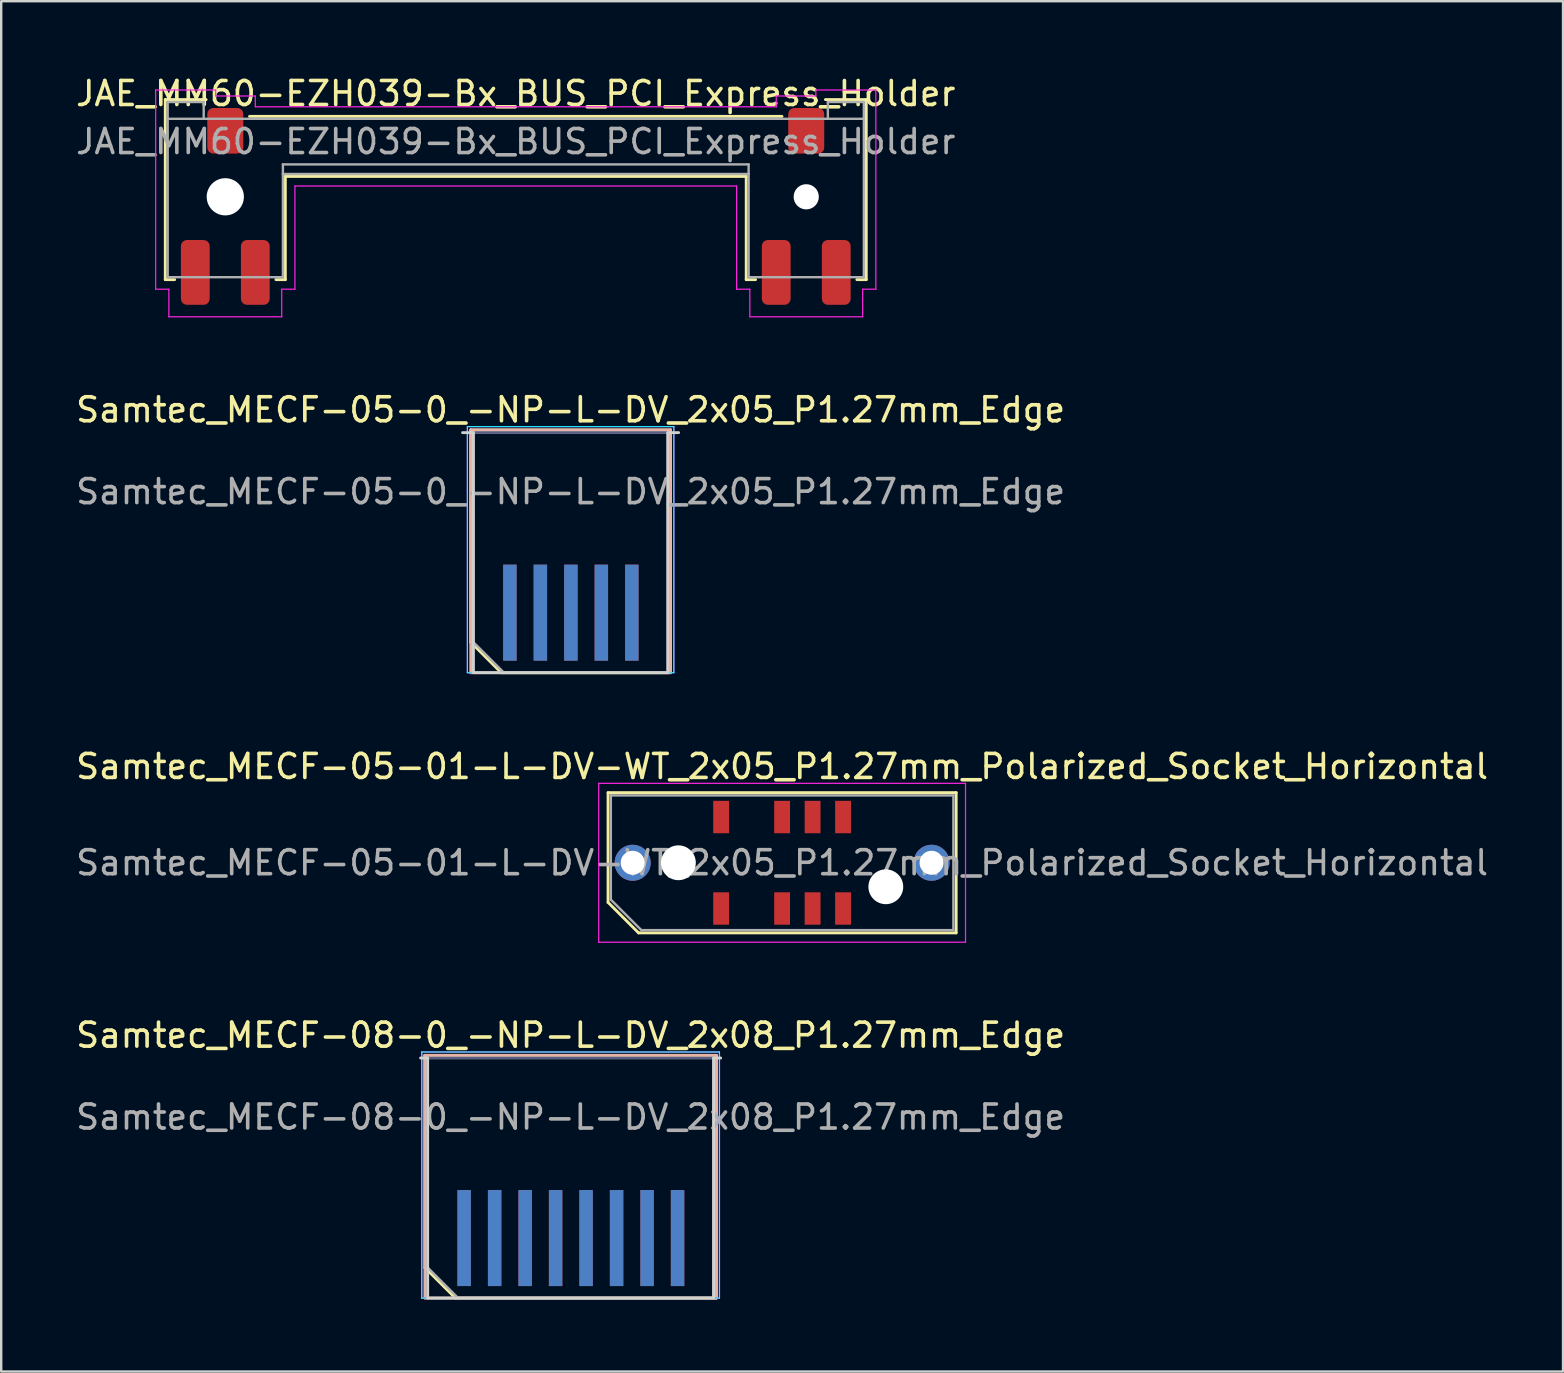
<source format=kicad_pcb>
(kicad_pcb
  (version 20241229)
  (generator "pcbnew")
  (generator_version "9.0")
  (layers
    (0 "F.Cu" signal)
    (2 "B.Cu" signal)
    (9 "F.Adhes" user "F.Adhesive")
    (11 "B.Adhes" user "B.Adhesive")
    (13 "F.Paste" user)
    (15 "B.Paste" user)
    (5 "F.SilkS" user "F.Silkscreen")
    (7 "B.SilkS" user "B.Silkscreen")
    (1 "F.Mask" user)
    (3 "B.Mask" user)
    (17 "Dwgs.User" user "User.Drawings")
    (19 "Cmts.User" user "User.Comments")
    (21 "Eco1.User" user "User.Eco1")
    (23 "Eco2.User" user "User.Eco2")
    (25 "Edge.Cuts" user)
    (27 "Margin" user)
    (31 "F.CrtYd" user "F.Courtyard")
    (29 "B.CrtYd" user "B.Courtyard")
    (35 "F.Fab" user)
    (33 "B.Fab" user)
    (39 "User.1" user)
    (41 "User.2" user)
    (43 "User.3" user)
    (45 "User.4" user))
  (footprint "JAE_MM60-EZH039-Bx_BUS_PCI_Express_Holder"
    (layer "F.Cu")
    (at 18.435 2.848)
    (property "Reference" "JAE_MM60-EZH039-Bx_BUS_PCI_Express_Holder" (at 0 -2 0) (layer "F.SilkS") (effects (font (size 1 1) (thickness 0.15))))
    (attr smd)
    (fp_line (start -14.6 -1.75) (end -12.9 -1.75) (stroke (width 0.12) (type solid)) (layer "F.SilkS"))
    (fp_line (start -14.6 5.75) (end -14.6 -1.75) (stroke (width 0.12) (type solid)) (layer "F.SilkS"))
    (fp_line (start -14.6 5.75) (end -14.21 5.75) (stroke (width 0.12) (type solid)) (layer "F.SilkS"))
    (fp_line (start -11.09 -1.05) (end 11.09 -1.05) (stroke (width 0.12) (type solid)) (layer "F.SilkS"))
    (fp_line (start -9.99 5.75) (end -9.6 5.75) (stroke (width 0.12) (type solid)) (layer "F.SilkS"))
    (fp_line (start -9.6 1.45) (end 9.6 1.45) (stroke (width 0.12) (type solid)) (layer "F.SilkS"))
    (fp_line (start -9.6 5.75) (end -9.6 1.45) (stroke (width 0.12) (type solid)) (layer "F.SilkS"))
    (fp_line (start 9.6 5.75) (end 9.6 1.45) (stroke (width 0.12) (type solid)) (layer "F.SilkS"))
    (fp_line (start 9.99 5.75) (end 9.6 5.75) (stroke (width 0.12) (type solid)) (layer "F.SilkS"))
    (fp_line (start 14.21 5.75) (end 14.6 5.75) (stroke (width 0.12) (type solid)) (layer "F.SilkS"))
    (fp_line (start 14.6 -1.75) (end 12.9 -1.75) (stroke (width 0.12) (type solid)) (layer "F.SilkS"))
    (fp_line (start 14.6 5.75) (end 14.6 -1.75) (stroke (width 0.12) (type solid)) (layer "F.SilkS"))
    (fp_line (start -15 -2.15) (end -15 6.15) (stroke (width 0.05) (type default)) (layer "F.CrtYd"))
    (fp_line (start -15 -2.15) (end -12.5 -2.15) (stroke (width 0.05) (type default)) (layer "F.CrtYd"))
    (fp_line (start -15 6.15) (end -14.45 6.15) (stroke (width 0.05) (type default)) (layer "F.CrtYd"))
    (fp_line (start -14.45 6.15) (end -14.45 7.3) (stroke (width 0.05) (type default)) (layer "F.CrtYd"))
    (fp_line (start -14.45 7.3) (end -9.75 7.3) (stroke (width 0.05) (type default)) (layer "F.CrtYd"))
    (fp_line (start -12.5 -2.15) (end -12.5 -1.9) (stroke (width 0.05) (type default)) (layer "F.CrtYd"))
    (fp_line (start -12.5 -1.9) (end -10.85 -1.9) (stroke (width 0.05) (type default)) (layer "F.CrtYd"))
    (fp_line (start -10.85 -1.9) (end -10.85 -1.45) (stroke (width 0.05) (type default)) (layer "F.CrtYd"))
    (fp_line (start -9.75 6.15) (end -9.2 6.15) (stroke (width 0.05) (type default)) (layer "F.CrtYd"))
    (fp_line (start -9.75 7.3) (end -9.75 6.15) (stroke (width 0.05) (type default)) (layer "F.CrtYd"))
    (fp_line (start -9.2 1.85) (end 9.2 1.85) (stroke (width 0.05) (type default)) (layer "F.CrtYd"))
    (fp_line (start -9.2 6.15) (end -9.2 1.85) (stroke (width 0.05) (type default)) (layer "F.CrtYd"))
    (fp_line (start 9.2 6.15) (end 9.2 1.85) (stroke (width 0.05) (type default)) (layer "F.CrtYd"))
    (fp_line (start 9.75 6.15) (end 9.2 6.15) (stroke (width 0.05) (type default)) (layer "F.CrtYd"))
    (fp_line (start 9.75 7.3) (end 9.75 6.15) (stroke (width 0.05) (type default)) (layer "F.CrtYd"))
    (fp_line (start 10.85 -1.9) (end 10.85 -1.45) (stroke (width 0.05) (type default)) (layer "F.CrtYd"))
    (fp_line (start 10.85 -1.45) (end -10.85 -1.45) (stroke (width 0.05) (type default)) (layer "F.CrtYd"))
    (fp_line (start 12.5 -2.15) (end 12.5 -1.9) (stroke (width 0.05) (type default)) (layer "F.CrtYd"))
    (fp_line (start 12.5 -1.9) (end 10.85 -1.9) (stroke (width 0.05) (type default)) (layer "F.CrtYd"))
    (fp_line (start 14.45 6.15) (end 14.45 7.3) (stroke (width 0.05) (type default)) (layer "F.CrtYd"))
    (fp_line (start 14.45 7.3) (end 9.75 7.3) (stroke (width 0.05) (type default)) (layer "F.CrtYd"))
    (fp_line (start 15 -2.15) (end 12.5 -2.15) (stroke (width 0.05) (type default)) (layer "F.CrtYd"))
    (fp_line (start 15 -2.15) (end 15 6.15) (stroke (width 0.05) (type default)) (layer "F.CrtYd"))
    (fp_line (start 15 6.15) (end 14.45 6.15) (stroke (width 0.05) (type default)) (layer "F.CrtYd"))
    (fp_line (start -14.5 -1.65) (end -13 -1.65) (stroke (width 0.1) (type default)) (layer "F.Fab"))
    (fp_line (start -14.5 -0.95) (end 14.5 -0.95) (stroke (width 0.1) (type solid)) (layer "F.Fab"))
    (fp_line (start -14.5 5.65) (end -14.5 -1.65) (stroke (width 0.1) (type solid)) (layer "F.Fab"))
    (fp_line (start -13 -1.65) (end -13 -0.95) (stroke (width 0.1) (type default)) (layer "F.Fab"))
    (fp_line (start -9.7 0.95) (end 9.7 0.95) (stroke (width 0.1) (type default)) (layer "F.Fab"))
    (fp_line (start -9.7 1.35) (end -9.7 0.95) (stroke (width 0.1) (type default)) (layer "F.Fab"))
    (fp_line (start -9.7 1.35) (end -9.7 5.65) (stroke (width 0.1) (type solid)) (layer "F.Fab"))
    (fp_line (start -9.7 1.35) (end 9.7 1.35) (stroke (width 0.1) (type default)) (layer "F.Fab"))
    (fp_line (start -9.7 5.65) (end -14.5 5.65) (stroke (width 0.1) (type solid)) (layer "F.Fab"))
    (fp_line (start 9.7 1.35) (end 9.7 0.95) (stroke (width 0.1) (type default)) (layer "F.Fab"))
    (fp_line (start 9.7 1.35) (end 9.7 5.65) (stroke (width 0.1) (type solid)) (layer "F.Fab"))
    (fp_line (start 13 -1.65) (end 13 -0.95) (stroke (width 0.1) (type default)) (layer "F.Fab"))
    (fp_line (start 14.5 -1.65) (end 13 -1.65) (stroke (width 0.1) (type default)) (layer "F.Fab"))
    (fp_line (start 14.5 -1.65) (end 14.5 5.65) (stroke (width 0.1) (type solid)) (layer "F.Fab"))
    (fp_line (start 14.5 5.65) (end 9.7 5.65) (stroke (width 0.1) (type solid)) (layer "F.Fab"))
    (fp_text user "${REFERENCE}" (at 0 0 0) (layer "F.Fab") (effects (font (size 1 1) (thickness 0.15))))
    (pad "" np_thru_hole circle (at -12.1 2.3) (size 1.55 1.55) (drill 1.55) (layers "*.Cu" "*.Mask"))
    (pad "" np_thru_hole circle (at 12.1 2.3) (size 1.05 1.05) (drill 1.05) (layers "*.Cu" "*.Mask"))
    (pad "MP" smd roundrect (at -13.35 5.45) (size 1.2 2.7) (layers "F.Cu" "F.Mask" "F.Paste") (roundrect_rratio 0.208))
    (pad "MP" smd roundrect (at -12.1 -0.45) (size 1.5 1.9) (layers "F.Cu" "F.Mask" "F.Paste") (roundrect_rratio 0.167))
    (pad "MP" smd roundrect (at -10.85 5.45) (size 1.2 2.7) (layers "F.Cu" "F.Mask" "F.Paste") (roundrect_rratio 0.208))
    (pad "MP" smd roundrect (at 10.85 5.45) (size 1.2 2.7) (layers "F.Cu" "F.Mask" "F.Paste") (roundrect_rratio 0.208))
    (pad "MP" smd roundrect (at 12.1 -0.45) (size 1.5 1.9) (layers "F.Cu" "F.Mask" "F.Paste") (roundrect_rratio 0.167))
    (pad "MP" smd roundrect (at 13.35 5.45) (size 1.2 2.7) (layers "F.Cu" "F.Mask" "F.Paste") (roundrect_rratio 0.208)))
  (footprint "Samtec_MECF-05-0_-NP-L-DV_2x05_P1.27mm_Edge"
    (layer "F.Cu")
    (at 20.72 19.971)
    (property "Reference" "Samtec_MECF-05-0_-NP-L-DV_2x05_P1.27mm_Edge" (at 0 -5.95 0) (layer "F.SilkS") (effects (font (size 1 1) (thickness 0.15))))
    (attr exclude_from_pos_files exclude_from_bom)
    (fp_line (start -4.16 -5.11) (end 4.16 -5.11) (stroke (width 0.12) (type solid)) (layer "F.SilkS"))
    (fp_line (start -4.16 3.73) (end -4.16 -5.11) (stroke (width 0.12) (type solid)) (layer "F.SilkS"))
    (fp_line (start -2.89 5) (end -4.16 3.73) (stroke (width 0.12) (type solid)) (layer "F.SilkS"))
    (fp_line (start -2.89 5) (end 4.16 5) (stroke (width 0.12) (type solid)) (layer "F.SilkS"))
    (fp_line (start 4.16 5) (end 4.16 -5.11) (stroke (width 0.12) (type solid)) (layer "F.SilkS"))
    (fp_line (start -4.16 -5.11) (end 4.16 -5.11) (stroke (width 0.12) (type solid)) (layer "B.SilkS"))
    (fp_line (start -4.16 5) (end -4.16 -5.11) (stroke (width 0.12) (type solid)) (layer "B.SilkS"))
    (fp_line (start -4.16 5) (end 4.16 5) (stroke (width 0.12) (type solid)) (layer "B.SilkS"))
    (fp_line (start 4.16 5) (end 4.16 -5.11) (stroke (width 0.12) (type solid)) (layer "B.SilkS"))
    (fp_line (start -4.5 -5) (end -4.05 -5) (stroke (width 0.12) (type solid)) (layer "Edge.Cuts"))
    (fp_line (start -4.05 5) (end -4.05 -5) (stroke (width 0.12) (type solid)) (layer "Edge.Cuts"))
    (fp_line (start -4.05 5) (end 4.05 5) (stroke (width 0.12) (type solid)) (layer "Edge.Cuts"))
    (fp_line (start 4.05 5) (end 4.05 -5) (stroke (width 0.12) (type solid)) (layer "Edge.Cuts"))
    (fp_line (start 4.5 -5) (end 4.05 -5) (stroke (width 0.12) (type solid)) (layer "Edge.Cuts"))
    (fp_line (start -4.3 -5.25) (end -4.3 5) (stroke (width 0.05) (type solid)) (layer "B.CrtYd"))
    (fp_line (start -4.3 5) (end 4.3 5) (stroke (width 0.05) (type solid)) (layer "B.CrtYd"))
    (fp_line (start 4.3 -5.25) (end -4.3 -5.25) (stroke (width 0.05) (type solid)) (layer "B.CrtYd"))
    (fp_line (start 4.3 5) (end 4.3 -5.25) (stroke (width 0.05) (type solid)) (layer "B.CrtYd"))
    (fp_line (start -4.3 -5.25) (end -4.3 5) (stroke (width 0.05) (type solid)) (layer "F.CrtYd"))
    (fp_line (start -4.3 5) (end 4.3 5) (stroke (width 0.05) (type solid)) (layer "F.CrtYd"))
    (fp_line (start 4.3 -5.25) (end -4.3 -5.25) (stroke (width 0.05) (type solid)) (layer "F.CrtYd"))
    (fp_line (start 4.3 5) (end 4.3 -5.25) (stroke (width 0.05) (type solid)) (layer "F.CrtYd"))
    (fp_line (start -4.05 -5) (end 4.05 -5) (stroke (width 0.1) (type solid)) (layer "B.Fab"))
    (fp_line (start -4.05 5) (end -4.05 -5) (stroke (width 0.1) (type solid)) (layer "B.Fab"))
    (fp_line (start -4.05 5) (end 4.05 5) (stroke (width 0.1) (type solid)) (layer "B.Fab"))
    (fp_line (start 4.05 5) (end 4.05 -5) (stroke (width 0.1) (type solid)) (layer "B.Fab"))
    (fp_line (start -4.05 -5) (end 4.05 -5) (stroke (width 0.1) (type solid)) (layer "F.Fab"))
    (fp_line (start -4.05 3.73) (end -4.05 -5) (stroke (width 0.1) (type solid)) (layer "F.Fab"))
    (fp_line (start -4.05 3.73) (end -2.78 5) (stroke (width 0.1) (type solid)) (layer "F.Fab"))
    (fp_line (start -2.78 5) (end 4.05 5) (stroke (width 0.1) (type solid)) (layer "F.Fab"))
    (fp_line (start 4.05 5) (end 4.05 -5) (stroke (width 0.1) (type solid)) (layer "F.Fab"))
    (fp_text user "${REFERENCE}" (at 0 -2.54 0) (layer "F.Fab") (effects (font (size 1 1) (thickness 0.15))))
    (pad "1" connect rect (at -2.53 2.5) (size 0.56 4) (layers "F.Cu" "F.Mask"))
    (pad "2" connect rect (at -2.53 2.5) (size 0.56 4) (layers "B.Cu" "B.Mask"))
    (pad "3" connect rect (at -1.26 2.5) (size 0.56 4) (layers "F.Cu" "F.Mask"))
    (pad "4" connect rect (at -1.26 2.5) (size 0.56 4) (layers "B.Cu" "B.Mask"))
    (pad "5" connect rect (at 0.01 2.5) (size 0.56 4) (layers "F.Cu" "F.Mask"))
    (pad "6" connect rect (at 0.01 2.5) (size 0.56 4) (layers "B.Cu" "B.Mask"))
    (pad "7" connect rect (at 1.28 2.5) (size 0.56 4) (layers "F.Cu" "F.Mask"))
    (pad "8" connect rect (at 1.28 2.5) (size 0.56 4) (layers "B.Cu" "B.Mask"))
    (pad "9" connect rect (at 2.55 2.5) (size 0.56 4) (layers "F.Cu" "F.Mask"))
    (pad "10" connect rect (at 2.55 2.5) (size 0.56 4) (layers "B.Cu" "B.Mask")))
  (footprint "Samtec_MECF-05-01-L-DV-WT_2x05_P1.27mm_Polarized_Socket_Horizontal"
    (layer "F.Cu")
    (at 29.53 32.89)
    (property "Reference" "Samtec_MECF-05-01-L-DV-WT_2x05_P1.27mm_Polarized_Socket_Horizontal" (at 0 -4.01 0) (layer "F.SilkS") (effects (font (size 1 1) (thickness 0.15))))
    (attr smd)
    (fp_line (start -7.25 -2.92) (end 7.25 -2.92) (stroke (width 0.12) (type solid)) (layer "F.SilkS"))
    (fp_line (start -7.25 1.65) (end -7.25 -2.92) (stroke (width 0.12) (type solid)) (layer "F.SilkS"))
    (fp_line (start -5.98 2.92) (end -7.25 1.65) (stroke (width 0.12) (type solid)) (layer "F.SilkS"))
    (fp_line (start -5.98 2.92) (end 7.25 2.92) (stroke (width 0.12) (type solid)) (layer "F.SilkS"))
    (fp_line (start 7.25 2.92) (end 7.25 -2.92) (stroke (width 0.12) (type solid)) (layer "F.SilkS"))
    (fp_line (start -7.64 -3.31) (end -7.64 3.31) (stroke (width 0.05) (type solid)) (layer "F.CrtYd"))
    (fp_line (start -7.64 3.31) (end 7.64 3.31) (stroke (width 0.05) (type solid)) (layer "F.CrtYd"))
    (fp_line (start 7.64 -3.31) (end -7.64 -3.31) (stroke (width 0.05) (type solid)) (layer "F.CrtYd"))
    (fp_line (start 7.64 3.31) (end 7.64 -3.31) (stroke (width 0.05) (type solid)) (layer "F.CrtYd"))
    (fp_line (start -7.135 -2.805) (end 7.135 -2.805) (stroke (width 0.1) (type solid)) (layer "F.Fab"))
    (fp_line (start -7.135 1.535) (end -7.135 -2.805) (stroke (width 0.1) (type solid)) (layer "F.Fab"))
    (fp_line (start -7.135 1.535) (end -5.865 2.805) (stroke (width 0.1) (type solid)) (layer "F.Fab"))
    (fp_line (start -5.865 2.805) (end 7.135 2.805) (stroke (width 0.1) (type solid)) (layer "F.Fab"))
    (fp_line (start 7.135 2.805) (end 7.135 -2.805) (stroke (width 0.1) (type solid)) (layer "F.Fab"))
    (fp_text user "${REFERENCE}" (at 0 0 0) (layer "F.Fab") (effects (font (size 1 1) (thickness 0.15))))
    (pad "" thru_hole circle (at -6.225 0) (size 1.5 1.5) (drill 1) (layers "*.Cu" "*.Mask"))
    (pad "" np_thru_hole circle (at -4.32 0) (size 1.45 1.45) (drill 1.45) (layers "*.Cu" "*.Mask"))
    (pad "" np_thru_hole circle (at 4.32 1) (size 1.45 1.45) (drill 1.45) (layers "*.Cu" "*.Mask"))
    (pad "" thru_hole circle (at 6.225 0) (size 1.5 1.5) (drill 1) (layers "*.Cu" "*.Mask"))
    (pad "1" smd rect (at -2.54 1.905) (size 0.66 1.35) (layers "F.Cu" "F.Mask" "F.Paste"))
    (pad "2" smd rect (at -2.54 -1.905) (size 0.66 1.35) (layers "F.Cu" "F.Mask" "F.Paste"))
    (pad "5" smd rect (at 0 1.905) (size 0.66 1.35) (layers "F.Cu" "F.Mask" "F.Paste"))
    (pad "6" smd rect (at 0 -1.905) (size 0.66 1.35) (layers "F.Cu" "F.Mask" "F.Paste"))
    (pad "7" smd rect (at 1.27 1.905) (size 0.66 1.35) (layers "F.Cu" "F.Mask" "F.Paste"))
    (pad "8" smd rect (at 1.27 -1.905) (size 0.66 1.35) (layers "F.Cu" "F.Mask" "F.Paste"))
    (pad "9" smd rect (at 2.54 1.905) (size 0.66 1.35) (layers "F.Cu" "F.Mask" "F.Paste"))
    (pad "10" smd rect (at 2.54 -1.905) (size 0.66 1.35) (layers "F.Cu" "F.Mask" "F.Paste")))
  (footprint "Samtec_MECF-08-0_-NP-L-DV_2x08_P1.27mm_Edge"
    (layer "F.Cu")
    (at 20.72 46.023)
    (property "Reference" "Samtec_MECF-08-0_-NP-L-DV_2x08_P1.27mm_Edge" (at 0 -5.95 0) (layer "F.SilkS") (effects (font (size 1 1) (thickness 0.15))))
    (attr exclude_from_pos_files exclude_from_bom)
    (fp_line (start -6.07 -5.11) (end 6.07 -5.11) (stroke (width 0.12) (type solid)) (layer "F.SilkS"))
    (fp_line (start -6.07 3.73) (end -6.07 -5.11) (stroke (width 0.12) (type solid)) (layer "F.SilkS"))
    (fp_line (start -4.8 5) (end -6.07 3.73) (stroke (width 0.12) (type solid)) (layer "F.SilkS"))
    (fp_line (start -4.8 5) (end 6.07 5) (stroke (width 0.12) (type solid)) (layer "F.SilkS"))
    (fp_line (start 6.07 5) (end 6.07 -5.11) (stroke (width 0.12) (type solid)) (layer "F.SilkS"))
    (fp_line (start -6.07 -5.11) (end 6.07 -5.11) (stroke (width 0.12) (type solid)) (layer "B.SilkS"))
    (fp_line (start -6.07 5) (end -6.07 -5.11) (stroke (width 0.12) (type solid)) (layer "B.SilkS"))
    (fp_line (start -6.07 5) (end 6.07 5) (stroke (width 0.12) (type solid)) (layer "B.SilkS"))
    (fp_line (start 6.07 5) (end 6.07 -5.11) (stroke (width 0.12) (type solid)) (layer "B.SilkS"))
    (fp_line (start -6.25 -5) (end -5.955 -5) (stroke (width 0.12) (type solid)) (layer "Edge.Cuts"))
    (fp_line (start -5.955 5) (end -5.955 -5) (stroke (width 0.12) (type solid)) (layer "Edge.Cuts"))
    (fp_line (start -5.955 5) (end 5.955 5) (stroke (width 0.12) (type solid)) (layer "Edge.Cuts"))
    (fp_line (start 5.955 5) (end 5.955 -5) (stroke (width 0.12) (type solid)) (layer "Edge.Cuts"))
    (fp_line (start 6.25 -5) (end 5.955 -5) (stroke (width 0.12) (type solid)) (layer "Edge.Cuts"))
    (fp_line (start -6.2 -5.25) (end -6.2 5) (stroke (width 0.05) (type solid)) (layer "B.CrtYd"))
    (fp_line (start -6.2 5) (end 6.2 5) (stroke (width 0.05) (type solid)) (layer "B.CrtYd"))
    (fp_line (start 6.2 -5.25) (end -6.2 -5.25) (stroke (width 0.05) (type solid)) (layer "B.CrtYd"))
    (fp_line (start 6.2 5) (end 6.2 -5.25) (stroke (width 0.05) (type solid)) (layer "B.CrtYd"))
    (fp_line (start -6.2 -5.25) (end -6.2 5) (stroke (width 0.05) (type solid)) (layer "F.CrtYd"))
    (fp_line (start -6.2 5) (end 6.2 5) (stroke (width 0.05) (type solid)) (layer "F.CrtYd"))
    (fp_line (start 6.2 -5.25) (end -6.2 -5.25) (stroke (width 0.05) (type solid)) (layer "F.CrtYd"))
    (fp_line (start 6.2 5) (end 6.2 -5.25) (stroke (width 0.05) (type solid)) (layer "F.CrtYd"))
    (fp_line (start -5.955 -5) (end 5.955 -5) (stroke (width 0.1) (type solid)) (layer "B.Fab"))
    (fp_line (start -5.955 5) (end -5.955 -5) (stroke (width 0.1) (type solid)) (layer "B.Fab"))
    (fp_line (start -5.955 5) (end 5.955 5) (stroke (width 0.1) (type solid)) (layer "B.Fab"))
    (fp_line (start 5.955 5) (end 5.955 -5) (stroke (width 0.1) (type solid)) (layer "B.Fab"))
    (fp_line (start -5.955 -5) (end 5.955 -5) (stroke (width 0.1) (type solid)) (layer "F.Fab"))
    (fp_line (start -5.955 3.73) (end -5.955 -5) (stroke (width 0.1) (type solid)) (layer "F.Fab"))
    (fp_line (start -5.955 3.73) (end -4.685 5) (stroke (width 0.1) (type solid)) (layer "F.Fab"))
    (fp_line (start -4.685 5) (end 5.955 5) (stroke (width 0.1) (type solid)) (layer "F.Fab"))
    (fp_line (start 5.955 5) (end 5.955 -5) (stroke (width 0.1) (type solid)) (layer "F.Fab"))
    (fp_text user "${REFERENCE}" (at 0 -2.54 0) (layer "F.Fab") (effects (font (size 1 1) (thickness 0.15))))
    (pad "1" connect rect (at -4.435 2.5) (size 0.56 4) (layers "F.Cu" "F.Mask"))
    (pad "2" connect rect (at -4.435 2.5) (size 0.56 4) (layers "B.Cu" "B.Mask"))
    (pad "3" connect rect (at -3.165 2.5) (size 0.56 4) (layers "F.Cu" "F.Mask"))
    (pad "4" connect rect (at -3.165 2.5) (size 0.56 4) (layers "B.Cu" "B.Mask"))
    (pad "5" connect rect (at -1.895 2.5) (size 0.56 4) (layers "F.Cu" "F.Mask"))
    (pad "6" connect rect (at -1.895 2.5) (size 0.56 4) (layers "B.Cu" "B.Mask"))
    (pad "7" connect rect (at -0.625 2.5) (size 0.56 4) (layers "F.Cu" "F.Mask"))
    (pad "8" connect rect (at -0.625 2.5) (size 0.56 4) (layers "B.Cu" "B.Mask"))
    (pad "9" connect rect (at 0.645 2.5) (size 0.56 4) (layers "F.Cu" "F.Mask"))
    (pad "10" connect rect (at 0.645 2.5) (size 0.56 4) (layers "B.Cu" "B.Mask"))
    (pad "11" connect rect (at 1.915 2.5) (size 0.56 4) (layers "F.Cu" "F.Mask"))
    (pad "12" connect rect (at 1.915 2.5) (size 0.56 4) (layers "B.Cu" "B.Mask"))
    (pad "13" connect rect (at 3.185 2.5) (size 0.56 4) (layers "F.Cu" "F.Mask"))
    (pad "14" connect rect (at 3.185 2.5) (size 0.56 4) (layers "B.Cu" "B.Mask"))
    (pad "15" connect rect (at 4.455 2.5) (size 0.56 4) (layers "F.Cu" "F.Mask"))
    (pad "16" connect rect (at 4.455 2.5) (size 0.56 4) (layers "B.Cu" "B.Mask")))
  (gr_rect
    (start -3 -3)
    (end 62.06 54.083)
    (stroke (width 0.1) (type default))
    (fill no)
    (layer "Edge.Cuts")))
</source>
